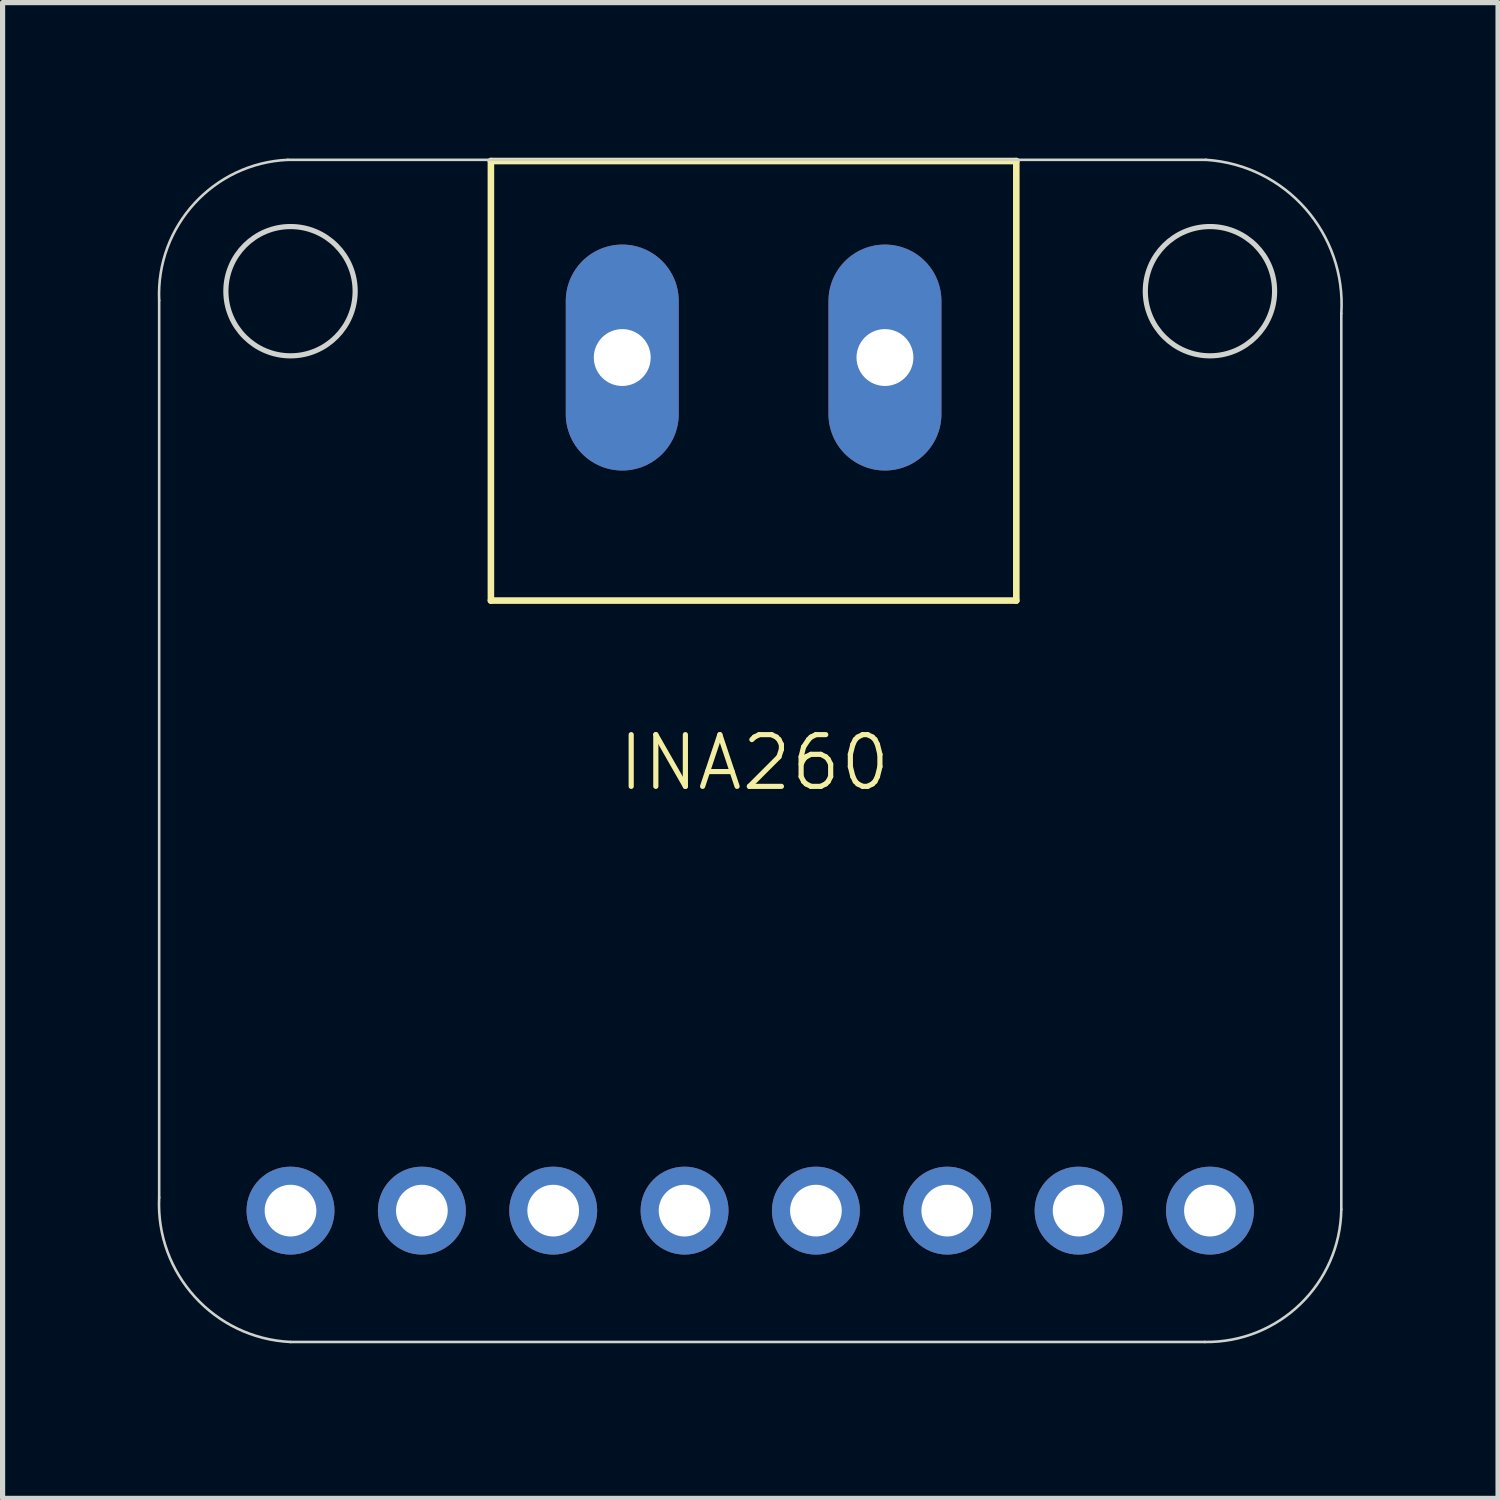
<source format=kicad_pcb>
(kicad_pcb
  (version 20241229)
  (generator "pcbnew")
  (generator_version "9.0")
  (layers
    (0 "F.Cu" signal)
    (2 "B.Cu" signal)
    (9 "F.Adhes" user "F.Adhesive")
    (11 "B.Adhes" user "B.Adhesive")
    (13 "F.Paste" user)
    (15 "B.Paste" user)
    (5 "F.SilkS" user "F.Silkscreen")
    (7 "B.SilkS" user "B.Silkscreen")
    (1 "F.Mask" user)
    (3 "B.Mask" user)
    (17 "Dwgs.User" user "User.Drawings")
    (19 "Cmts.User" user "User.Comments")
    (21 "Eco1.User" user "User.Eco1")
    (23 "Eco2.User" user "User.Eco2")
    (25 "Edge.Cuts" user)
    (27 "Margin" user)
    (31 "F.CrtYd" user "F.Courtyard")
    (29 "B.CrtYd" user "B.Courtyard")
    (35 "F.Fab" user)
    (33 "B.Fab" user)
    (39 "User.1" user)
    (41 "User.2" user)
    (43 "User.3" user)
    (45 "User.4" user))
  (footprint "INA260"
    (layer "F.Cu")
    (at 11.537 11.699)
    (property "Reference" "INA260" (at 0 0 0) (unlocked yes) (layer "F.SilkS") (effects (font (size 1 1) (thickness 0.1))))
    (attr through_hole)
    (fp_line (start -5.094 -11.635) (end 5.066 -11.635) (stroke (width 0.127) (type solid)) (layer "F.SilkS"))
    (fp_line (start -5.094 -3.135) (end -5.094 -11.635) (stroke (width 0.127) (type solid)) (layer "F.SilkS"))
    (fp_line (start 5.066 -11.635) (end 5.066 -3.135) (stroke (width 0.127) (type solid)) (layer "F.SilkS"))
    (fp_line (start 5.066 -3.135) (end -5.094 -3.135) (stroke (width 0.127) (type solid)) (layer "F.SilkS"))
    (fp_line (start -11.509 -8.94) (end -11.509 8.408) (stroke (width 0.05) (type solid)) (layer "Edge.Cuts"))
    (fp_line (start -8.969 11.202) (end 8.709 11.202) (stroke (width 0.05) (type solid)) (layer "Edge.Cuts"))
    (fp_line (start 8.735 -11.658) (end -9.02 -11.658) (stroke (width 0.05) (type solid)) (layer "Edge.Cuts"))
    (fp_line (start 11.351 8.636) (end 11.351 -8.686) (stroke (width 0.05) (type solid)) (layer "Edge.Cuts"))
    (fp_arc (start -11.508967 -8.94038) (mid -10.827242 -10.81481) (end -9.019767 -11.65818) (stroke (width 0.05) (type solid)) (layer "Edge.Cuts"))
    (fp_arc (start -8.968967 11.20182) (mid -10.817623 10.330871) (end -11.508967 8.40782) (stroke (width 0.05) (type solid)) (layer "Edge.Cuts"))
    (fp_arc (start 8.734833 -11.65818) (mid 10.658417 -10.714119) (end 11.351033 -8.68638) (stroke (width 0.05) (type solid)) (layer "Edge.Cuts"))
    (fp_arc (start 11.351033 8.63642) (mid 10.561545 10.466215) (end 8.709433 11.20182) (stroke (width 0.05) (type solid)) (layer "Edge.Cuts"))
    (fp_circle (center -8.969 -9.118) (end -7.719 -9.118) (stroke (width 0.1) (type default)) (fill no) (layer "Edge.Cuts"))
    (fp_circle (center 8.811 -9.118) (end 10.061 -9.118) (stroke (width 0.1) (type default)) (fill no) (layer "Edge.Cuts"))
    (pad "1" thru_hole oval (at -2.554 -7.835 90) (size 4.369 2.184) (drill 1.1) (layers "*.Cu" "*.Mask"))
    (pad "2" thru_hole oval (at 2.526 -7.835 90) (size 4.369 2.184) (drill 1.1) (layers "*.Cu" "*.Mask"))
    (pad "3" thru_hole circle (at -8.969 8.662 90) (size 1.7 1.7) (drill 1) (layers "*.Cu" "*.Mask"))
    (pad "4" thru_hole circle (at -6.429 8.662 90) (size 1.7 1.7) (drill 1) (layers "*.Cu" "*.Mask"))
    (pad "5" thru_hole circle (at -3.889 8.662 90) (size 1.7 1.7) (drill 1) (layers "*.Cu" "*.Mask"))
    (pad "6" thru_hole circle (at -1.349 8.662 90) (size 1.7 1.7) (drill 1) (layers "*.Cu" "*.Mask"))
    (pad "7" thru_hole circle (at 1.191 8.662 90) (size 1.7 1.7) (drill 1) (layers "*.Cu" "*.Mask"))
    (pad "8" thru_hole circle (at 3.731 8.662 90) (size 1.7 1.7) (drill 1) (layers "*.Cu" "*.Mask"))
    (pad "9" thru_hole circle (at 6.271 8.662 90) (size 1.7 1.7) (drill 1) (layers "*.Cu" "*.Mask"))
    (pad "10" thru_hole circle (at 8.811 8.662 90) (size 1.7 1.7) (drill 1) (layers "*.Cu" "*.Mask")))
  (gr_rect
    (start -3 -3)
    (end 25.919 25.926)
    (stroke (width 0.1) (type default))
    (fill no)
    (layer "Edge.Cuts")))
</source>
